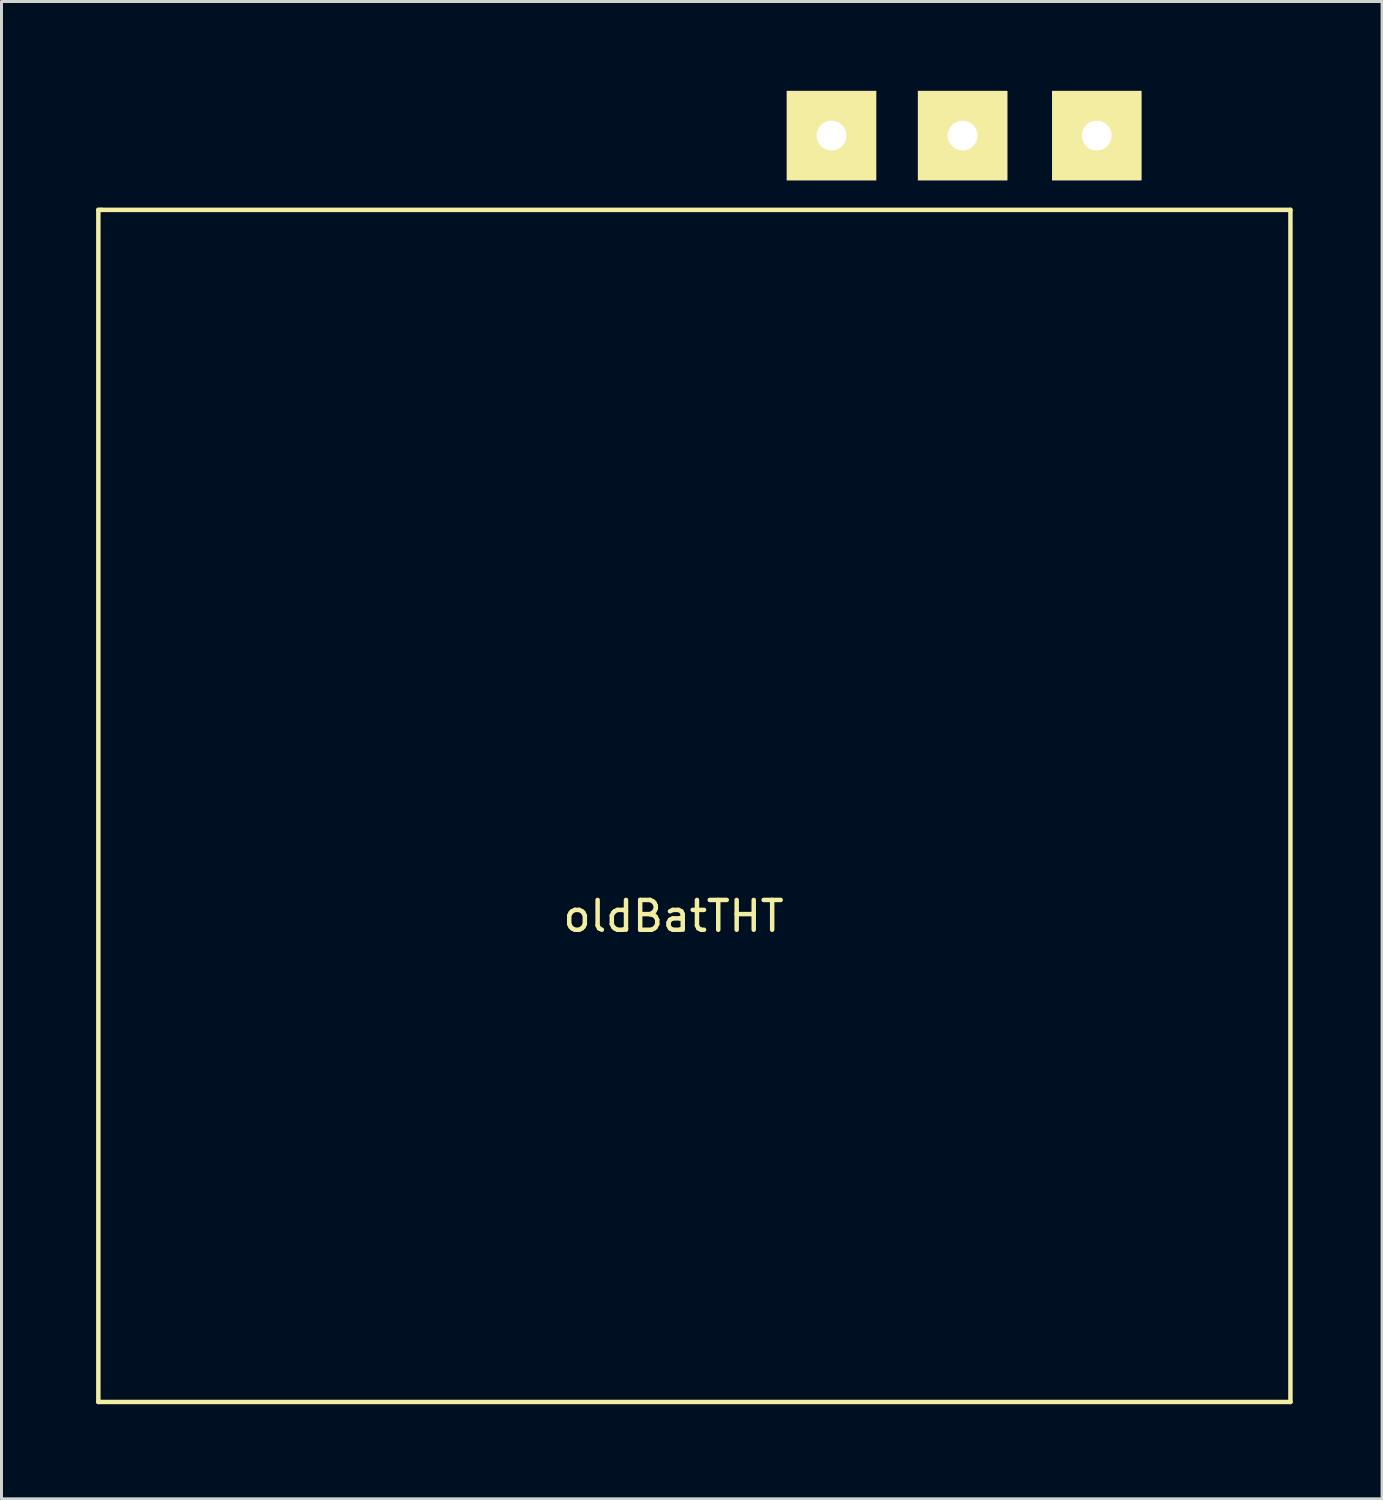
<source format=kicad_pcb>
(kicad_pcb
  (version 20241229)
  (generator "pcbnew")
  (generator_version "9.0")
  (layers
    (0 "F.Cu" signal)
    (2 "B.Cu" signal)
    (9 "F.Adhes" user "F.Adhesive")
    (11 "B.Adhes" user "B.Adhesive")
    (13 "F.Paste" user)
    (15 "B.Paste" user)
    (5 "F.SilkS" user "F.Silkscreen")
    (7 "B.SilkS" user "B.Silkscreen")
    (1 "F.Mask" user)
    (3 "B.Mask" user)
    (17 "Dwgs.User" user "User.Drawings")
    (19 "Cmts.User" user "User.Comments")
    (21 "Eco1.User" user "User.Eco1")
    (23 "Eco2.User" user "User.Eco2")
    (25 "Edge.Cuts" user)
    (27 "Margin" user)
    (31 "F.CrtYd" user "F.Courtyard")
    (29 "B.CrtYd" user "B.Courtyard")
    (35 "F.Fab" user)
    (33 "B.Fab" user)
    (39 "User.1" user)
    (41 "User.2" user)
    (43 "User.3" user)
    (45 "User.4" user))
  (footprint "oldBatTHT"
    (layer "F.Cu")
    (at 0.25 43.992)
    (property "Reference" "oldBatTHT" (at 19.3 -16.3 0) (layer "F.SilkS") (effects (font (size 1 1) (thickness 0.15))))
    (attr through_hole)
    (fp_line (start 0 -40) (end 0 0) (stroke (width 0.15) (type solid)) (layer "F.SilkS"))
    (fp_line (start 0 0) (end 40 0) (stroke (width 0.15) (type solid)) (layer "F.SilkS"))
    (fp_line (start 0.1 -40) (end 0 -40) (stroke (width 0.15) (type solid)) (layer "F.SilkS"))
    (fp_line (start 40 -40) (end 0.1 -40) (stroke (width 0.15) (type solid)) (layer "F.SilkS"))
    (fp_line (start 40 0) (end 40 -40) (stroke (width 0.15) (type solid)) (layer "F.SilkS"))
    (pad "1" thru_hole rect (at 24.6 -42.492) (size 3 3) (drill 1) (layers "*.Cu" "*.Mask" "F.SilkS"))
    (pad "2" thru_hole rect (at 29 -42.492) (size 3 3) (drill 1) (layers "*.Cu" "*.Mask" "F.SilkS"))
    (pad "3" thru_hole rect (at 33.5 -42.492) (size 3 3) (drill 1) (layers "*.Cu" "*.Mask" "F.SilkS")))
  (gr_rect
    (start -3 -3)
    (end 43.325 47.242)
    (stroke (width 0.1) (type default))
    (fill no)
    (layer "Edge.Cuts")))
</source>
